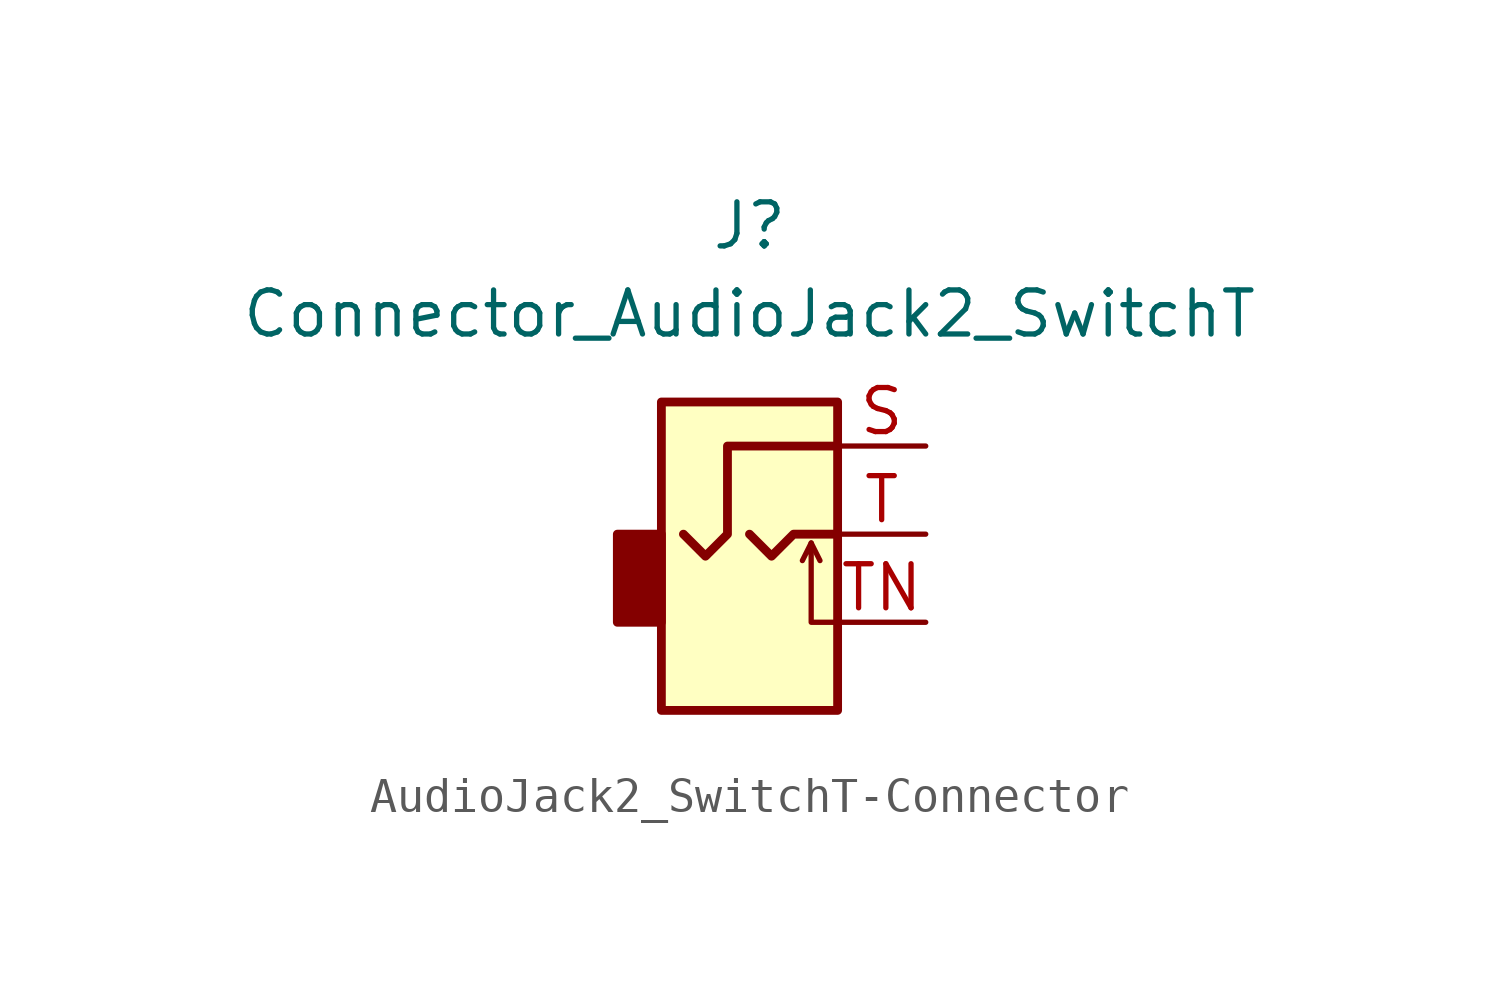
<source format=kicad_sym>
(kicad_symbol_lib
  (version 20220914)
  (generator kicad_symbol_editor)
  (symbol "AudioJack2_SwitchT-Connector"
    (property "Reference" "J"
      (at 0 8.89 0)
      (effects (font (size 1.27 1.27))))
    (property "Value" "Connector_AudioJack2_SwitchT"
      (at 0 6.35 0)
      (effects (font (size 1.27 1.27))))
    (symbol "AudioJack2_SwitchT-Connector_0_1"
      (rectangle (start -2.54 0) (end -3.81 -2.54) (stroke (width 0.254) (type solid)) (fill (type outline)))
      (polyline (pts (xy 1.778 -0.254) (xy 2.032 -0.762)) (stroke (width 0) (type solid)) (fill (type none)))
      (polyline (pts (xy 0 0) (xy 0.635 -0.635) (xy 1.27 0) (xy 2.54 0)) (stroke (width 0.254) (type solid)) (fill (type none)))
      (polyline (pts (xy 2.54 -2.54) (xy 1.778 -2.54) (xy 1.778 -0.254) (xy 1.524 -0.762)) (stroke (width 0) (type solid)) (fill (type none)))
      (polyline (pts (xy 2.54 2.54) (xy -0.635 2.54) (xy -0.635 0) (xy -1.27 -0.635) (xy -1.905 0)) (stroke (width 0.254) (type solid)) (fill (type none)))
      (rectangle (start 2.54 3.81) (end -2.54 -5.08) (stroke (width 0.254) (type solid)) (fill (type background))))
    (symbol "AudioJack2_SwitchT-Connector_1_1"
      (pin passive line (at 5.08 2.54 180) (length 2.54) (name "~" (effects (font (size 1.27 1.27)))) (number "S" (effects (font (size 1.27 1.27)))))
      (pin passive line (at 5.08 0 180) (length 2.54) (name "~" (effects (font (size 1.27 1.27)))) (number "T" (effects (font (size 1.27 1.27)))))
      (pin passive line (at 5.08 -2.54 180) (length 2.54) (name "~" (effects (font (size 1.27 1.27)))) (number "TN" (effects (font (size 1.27 1.27))))))))
</source>
